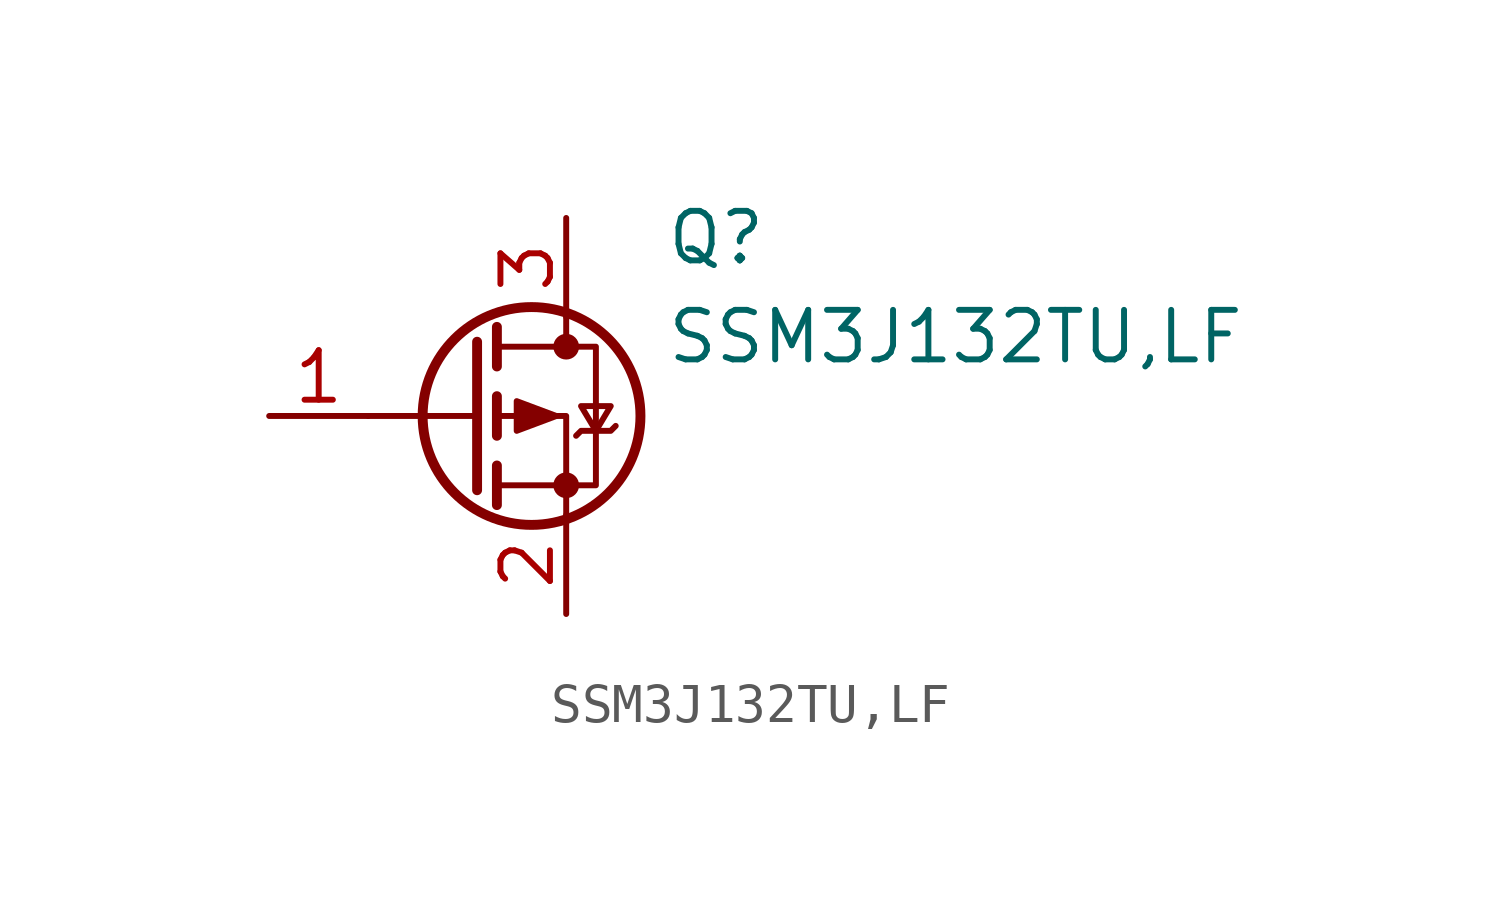
<source format=kicad_sym>
(kicad_symbol_lib
  (version 20231120)
  (generator "kicad_symbol_editor")
  (generator_version "8.0")
  (symbol "SSM3J132TU,LF"
    (pin_names
      (offset 0.762) hide)
    (property "Reference" "Q"
      (at 2.54 4.572 0)
      (effects (font (size 1.27 1.27)) (justify left)))
    (property "Value" "SSM3J132TU,LF"
      (at 2.54 2.032 0)
      (effects (font (size 1.27 1.27)) (justify left)))
    (symbol "SSM3J132TU,LF_0_1"
      (circle (center -0.889 0) (radius 2.794) (stroke (width 0.254) (type default)) (fill (type none)))
      (circle (center 0 -1.778) (radius 0.254) (stroke (width 0) (type default)) (fill (type outline)))
      (polyline (pts (xy -2.286 0) (xy -5.08 0)) (stroke (width 0) (type default)) (fill (type none)))
      (polyline (pts (xy -2.286 1.905) (xy -2.286 -1.905)) (stroke (width 0.254) (type default)) (fill (type none)))
      (polyline (pts (xy -1.778 -1.27) (xy -1.778 -2.286)) (stroke (width 0.254) (type default)) (fill (type none)))
      (polyline (pts (xy -1.778 0.508) (xy -1.778 -0.508)) (stroke (width 0.254) (type default)) (fill (type none)))
      (polyline (pts (xy -1.778 2.286) (xy -1.778 1.27)) (stroke (width 0.254) (type default)) (fill (type none)))
      (polyline (pts (xy 0 2.54) (xy 0 1.778)) (stroke (width 0) (type default)) (fill (type none)))
      (polyline (pts (xy 0 -2.54) (xy 0 0) (xy -1.778 0)) (stroke (width 0) (type default)) (fill (type none)))
      (polyline (pts (xy -1.778 1.778) (xy 0.762 1.778) (xy 0.762 -1.778) (xy -1.778 -1.778)) (stroke (width 0) (type default)) (fill (type none)))
      (polyline (pts (xy -0.254 0) (xy -1.27 0.381) (xy -1.27 -0.381) (xy -0.254 0)) (stroke (width 0) (type default)) (fill (type outline)))
      (polyline (pts (xy 0.254 -0.508) (xy 0.381 -0.381) (xy 1.143 -0.381) (xy 1.27 -0.254)) (stroke (width 0) (type default)) (fill (type none)))
      (polyline (pts (xy 0.762 -0.381) (xy 0.381 0.254) (xy 1.143 0.254) (xy 0.762 -0.381)) (stroke (width 0) (type default)) (fill (type none)))
      (circle (center 0 1.778) (radius 0.254) (stroke (width 0) (type default)) (fill (type outline))))
    (symbol "SSM3J132TU,LF_1_1"
      (pin input line (at -7.62 0 0) (length 2.54) (name "G" (effects (font (size 1.27 1.27)))) (number "1" (effects (font (size 1.27 1.27)))))
      (pin passive line (at 0 -5.08 90) (length 2.54) (name "S" (effects (font (size 1.27 1.27)))) (number "2" (effects (font (size 1.27 1.27)))))
      (pin passive line (at 0 5.08 270) (length 2.54) (name "D" (effects (font (size 1.27 1.27)))) (number "3" (effects (font (size 1.27 1.27))))))))
</source>
